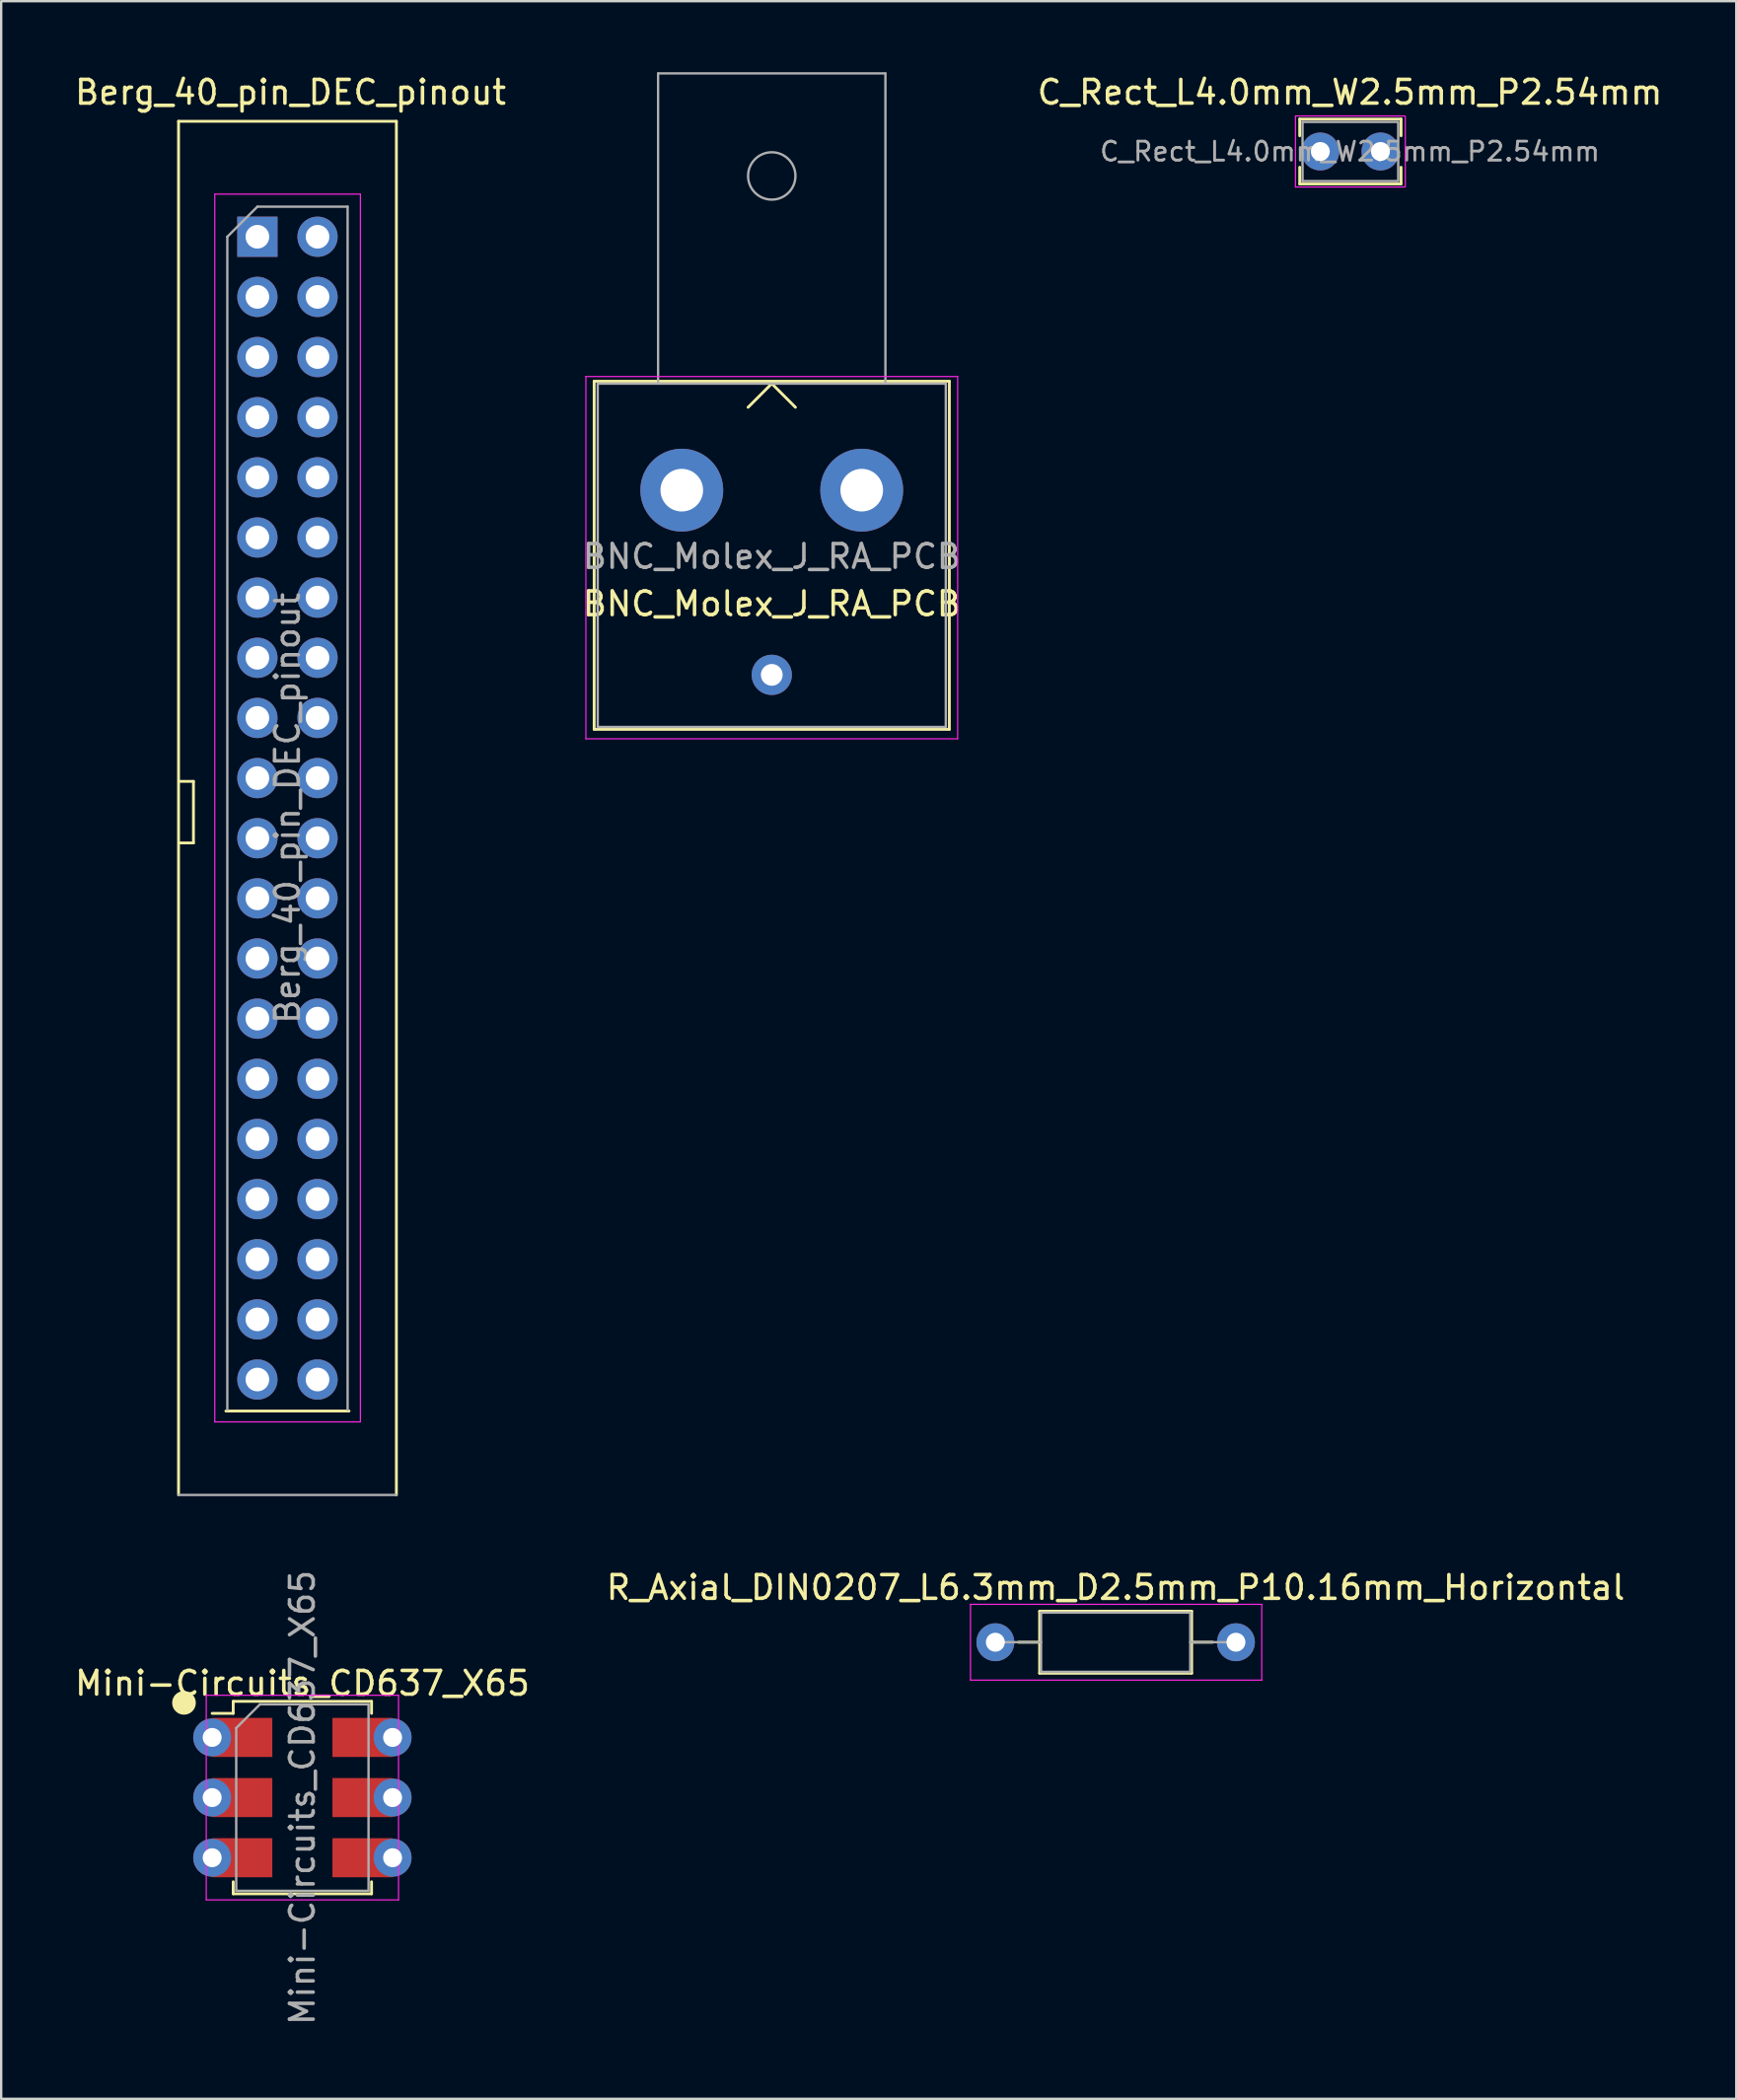
<source format=kicad_pcb>
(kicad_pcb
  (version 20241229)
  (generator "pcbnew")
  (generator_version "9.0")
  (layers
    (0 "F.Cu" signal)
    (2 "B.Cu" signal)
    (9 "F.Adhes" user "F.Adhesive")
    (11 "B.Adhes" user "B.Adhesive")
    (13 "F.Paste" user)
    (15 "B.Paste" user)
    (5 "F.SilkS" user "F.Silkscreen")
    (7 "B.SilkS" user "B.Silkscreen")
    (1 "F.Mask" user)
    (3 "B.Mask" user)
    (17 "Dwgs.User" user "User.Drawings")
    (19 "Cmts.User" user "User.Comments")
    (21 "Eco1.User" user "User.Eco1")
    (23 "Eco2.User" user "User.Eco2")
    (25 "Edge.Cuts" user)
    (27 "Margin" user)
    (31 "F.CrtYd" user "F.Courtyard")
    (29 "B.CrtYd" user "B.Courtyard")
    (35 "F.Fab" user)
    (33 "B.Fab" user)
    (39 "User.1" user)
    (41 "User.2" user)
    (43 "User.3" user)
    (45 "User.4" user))
  (footprint "Mini-Circuits_CD637_X65"
    (layer "F.Cu")
    (at 9.72 72.863)
    (property "Reference" "Mini-Circuits_CD637_X65" (at 0 -4.826 0) (layer "F.SilkS") (effects (font (size 1 1) (thickness 0.15))))
    (attr smd)
    (fp_line (start -2.921 -4.064) (end -2.921 -3.556) (stroke (width 0.12) (type solid)) (layer "F.SilkS"))
    (fp_line (start -2.921 -3.556) (end -3.81 -3.556) (stroke (width 0.12) (type solid)) (layer "F.SilkS"))
    (fp_line (start -2.921 3.556) (end -2.921 4.064) (stroke (width 0.12) (type solid)) (layer "F.SilkS"))
    (fp_line (start -2.921 4.064) (end 2.921 4.064) (stroke (width 0.12) (type solid)) (layer "F.SilkS"))
    (fp_line (start 2.921 -4.064) (end -2.921 -4.064) (stroke (width 0.12) (type solid)) (layer "F.SilkS"))
    (fp_line (start 2.921 -3.556) (end 2.921 -4.064) (stroke (width 0.12) (type solid)) (layer "F.SilkS"))
    (fp_line (start 2.921 4.064) (end 2.921 3.556) (stroke (width 0.12) (type solid)) (layer "F.SilkS"))
    (fp_circle (center -5 -4) (end -4.75 -4) (stroke (width 0.5) (type solid)) (fill no) (layer "F.SilkS"))
    (fp_line (start -4.06 4.32) (end -4.06 -4.32) (stroke (width 0.05) (type solid)) (layer "F.CrtYd"))
    (fp_line (start 4.06 -4.32) (end -4.06 -4.32) (stroke (width 0.05) (type solid)) (layer "F.CrtYd"))
    (fp_line (start 4.06 4.32) (end -4.06 4.32) (stroke (width 0.05) (type solid)) (layer "F.CrtYd"))
    (fp_line (start 4.06 4.32) (end 4.06 -4.32) (stroke (width 0.05) (type solid)) (layer "F.CrtYd"))
    (fp_line (start -2.794 3.937) (end -2.794 -2.937) (stroke (width 0.1) (type solid)) (layer "F.Fab"))
    (fp_line (start -1.794 -3.937) (end -2.794 -2.937) (stroke (width 0.1) (type solid)) (layer "F.Fab"))
    (fp_line (start -1.794 -3.937) (end 2.794 -3.937) (stroke (width 0.1) (type solid)) (layer "F.Fab"))
    (fp_line (start 2.794 -3.937) (end 2.794 3.937) (stroke (width 0.1) (type solid)) (layer "F.Fab"))
    (fp_line (start 2.794 3.937) (end -2.794 3.937) (stroke (width 0.1) (type solid)) (layer "F.Fab"))
    (fp_text user "${REFERENCE}" (at 0 0 90) (layer "F.Fab") (effects (font (size 1 1) (thickness 0.15))))
    (pad "1" thru_hole circle (at -3.81 -2.54) (size 1.6 1.6) (drill 0.8) (layers "*.Cu" "*.Mask"))
    (pad "1" smd rect (at -2.54 -2.54) (size 2.54 1.65) (layers "F.Cu" "F.Mask" "F.Paste"))
    (pad "2" thru_hole circle (at -3.81 0) (size 1.6 1.6) (drill 0.8) (layers "*.Cu" "*.Mask"))
    (pad "2" smd rect (at -2.54 0) (size 2.54 1.65) (layers "F.Cu" "F.Mask" "F.Paste"))
    (pad "3" thru_hole circle (at -3.81 2.54) (size 1.6 1.6) (drill 0.8) (layers "*.Cu" "*.Mask"))
    (pad "3" smd rect (at -2.54 2.54) (size 2.54 1.65) (layers "F.Cu" "F.Mask" "F.Paste"))
    (pad "4" smd rect (at 2.54 2.54) (size 2.54 1.65) (layers "F.Cu" "F.Mask" "F.Paste"))
    (pad "4" thru_hole circle (at 3.81 2.54) (size 1.6 1.6) (drill 0.8) (layers "*.Cu" "*.Mask"))
    (pad "5" smd rect (at 2.54 0) (size 2.54 1.65) (layers "F.Cu" "F.Mask" "F.Paste"))
    (pad "5" thru_hole circle (at 3.81 0) (size 1.6 1.6) (drill 0.8) (layers "*.Cu" "*.Mask"))
    (pad "6" smd rect (at 2.54 -2.54) (size 2.54 1.65) (layers "F.Cu" "F.Mask" "F.Paste"))
    (pad "6" thru_hole circle (at 3.81 -2.54) (size 1.6 1.6) (drill 0.8) (layers "*.Cu" "*.Mask")))
  (footprint "R_Axial_DIN0207_L6.3mm_D2.5mm_P10.16mm_Horizontal"
    (layer "F.Cu")
    (at 38.985 66.302)
    (property "Reference" "R_Axial_DIN0207_L6.3mm_D2.5mm_P10.16mm_Horizontal" (at 5.08 -2.31 0) (layer "F.SilkS") (effects (font (size 1 1) (thickness 0.15))))
    (attr through_hole)
    (fp_line (start 0.98 0) (end 1.87 0) (stroke (width 0.12) (type solid)) (layer "F.SilkS"))
    (fp_line (start 1.87 -1.31) (end 1.87 1.31) (stroke (width 0.12) (type solid)) (layer "F.SilkS"))
    (fp_line (start 1.87 1.31) (end 8.29 1.31) (stroke (width 0.12) (type solid)) (layer "F.SilkS"))
    (fp_line (start 8.29 -1.31) (end 1.87 -1.31) (stroke (width 0.12) (type solid)) (layer "F.SilkS"))
    (fp_line (start 8.29 1.31) (end 8.29 -1.31) (stroke (width 0.12) (type solid)) (layer "F.SilkS"))
    (fp_line (start 9.18 0) (end 8.29 0) (stroke (width 0.12) (type solid)) (layer "F.SilkS"))
    (fp_line (start -1.05 -1.6) (end -1.05 1.6) (stroke (width 0.05) (type solid)) (layer "F.CrtYd"))
    (fp_line (start -1.05 1.6) (end 11.25 1.6) (stroke (width 0.05) (type solid)) (layer "F.CrtYd"))
    (fp_line (start 11.25 -1.6) (end -1.05 -1.6) (stroke (width 0.05) (type solid)) (layer "F.CrtYd"))
    (fp_line (start 11.25 1.6) (end 11.25 -1.6) (stroke (width 0.05) (type solid)) (layer "F.CrtYd"))
    (fp_line (start 0 0) (end 1.93 0) (stroke (width 0.1) (type solid)) (layer "F.Fab"))
    (fp_line (start 1.93 -1.25) (end 1.93 1.25) (stroke (width 0.1) (type solid)) (layer "F.Fab"))
    (fp_line (start 1.93 1.25) (end 8.23 1.25) (stroke (width 0.1) (type solid)) (layer "F.Fab"))
    (fp_line (start 8.23 -1.25) (end 1.93 -1.25) (stroke (width 0.1) (type solid)) (layer "F.Fab"))
    (fp_line (start 8.23 1.25) (end 8.23 -1.25) (stroke (width 0.1) (type solid)) (layer "F.Fab"))
    (fp_line (start 10.16 0) (end 8.23 0) (stroke (width 0.1) (type solid)) (layer "F.Fab"))
    (pad "1" thru_hole circle (at 0 0) (size 1.6 1.6) (drill 0.8) (layers "*.Cu" "*.Mask"))
    (pad "2" thru_hole oval (at 10.16 0) (size 1.6 1.6) (drill 0.8) (layers "*.Cu" "*.Mask")))
  (footprint "BNC_Molex_J_RA_PCB"
    (layer "F.Cu")
    (at 29.542 25.45)
    (property "Reference" "BNC_Molex_J_RA_PCB" (at 0 -3 0) (layer "F.SilkS") (effects (font (size 1 1) (thickness 0.15))))
    (attr through_hole)
    (fp_line (start -7.5 -12.4) (end 7.5 -12.4) (stroke (width 0.12) (type solid)) (layer "F.SilkS"))
    (fp_line (start -7.5 2.3) (end -7.5 -12.4) (stroke (width 0.12) (type solid)) (layer "F.SilkS"))
    (fp_line (start 0 -12.3) (end -1 -11.3) (stroke (width 0.12) (type solid)) (layer "F.SilkS"))
    (fp_line (start 0 -12.3) (end 1 -11.3) (stroke (width 0.12) (type solid)) (layer "F.SilkS"))
    (fp_line (start 7.5 -12.4) (end 7.5 2.3) (stroke (width 0.12) (type solid)) (layer "F.SilkS"))
    (fp_line (start 7.5 2.3) (end -7.5 2.3) (stroke (width 0.12) (type solid)) (layer "F.SilkS"))
    (fp_line (start -7.85 2.7) (end -7.85 -12.6) (stroke (width 0.05) (type solid)) (layer "F.CrtYd"))
    (fp_line (start -7.85 2.7) (end 7.85 2.7) (stroke (width 0.05) (type solid)) (layer "F.CrtYd"))
    (fp_line (start 7.85 -12.6) (end -7.85 -12.6) (stroke (width 0.05) (type solid)) (layer "F.CrtYd"))
    (fp_line (start 7.85 2.7) (end 7.85 -12.6) (stroke (width 0.05) (type solid)) (layer "F.CrtYd"))
    (fp_line (start -7.35 -12.3) (end -7.35 2.2) (stroke (width 0.1) (type solid)) (layer "F.Fab"))
    (fp_line (start -7.35 2.2) (end 7.35 2.2) (stroke (width 0.1) (type solid)) (layer "F.Fab"))
    (fp_line (start -4.8 -25.4) (end -4.8 -12.3) (stroke (width 0.1) (type solid)) (layer "F.Fab"))
    (fp_line (start 4.8 -25.4) (end -4.8 -25.4) (stroke (width 0.1) (type solid)) (layer "F.Fab"))
    (fp_line (start 4.8 -12.3) (end 4.8 -25.4) (stroke (width 0.1) (type solid)) (layer "F.Fab"))
    (fp_line (start 7.35 -12.3) (end -7.35 -12.3) (stroke (width 0.1) (type solid)) (layer "F.Fab"))
    (fp_line (start 7.35 2.2) (end 7.35 -12.3) (stroke (width 0.1) (type solid)) (layer "F.Fab"))
    (fp_circle (center 0 -21.07) (end 1 -21.07) (stroke (width 0.1) (type solid)) (fill no) (layer "F.Fab"))
    (fp_text user "${REFERENCE}" (at 0 -5 0) (layer "F.Fab") (effects (font (size 1 1) (thickness 0.15))))
    (pad "1" thru_hole circle (at 0 0) (size 1.7 1.7) (drill 0.92) (layers "*.Cu" "*.Mask"))
    (pad "2" thru_hole circle (at -3.8 -7.8) (size 3.5 3.5) (drill 1.8) (layers "*.Cu" "*.Mask"))
    (pad "2" thru_hole circle (at 3.8 -7.8) (size 3.5 3.5) (drill 1.8) (layers "*.Cu" "*.Mask")))
  (footprint "C_Rect_L4.0mm_W2.5mm_P2.54mm"
    (layer "F.Cu")
    (at 52.708 3.348)
    (property "Reference" "C_Rect_L4.0mm_W2.5mm_P2.54mm" (at 1.25 -2.5 0) (layer "F.SilkS") (effects (font (size 1 1) (thickness 0.15))))
    (attr through_hole)
    (fp_line (start -0.87 -1.37) (end -0.87 -0.665) (stroke (width 0.12) (type solid)) (layer "F.SilkS"))
    (fp_line (start -0.87 -1.37) (end 3.41 -1.37) (stroke (width 0.12) (type solid)) (layer "F.SilkS"))
    (fp_line (start -0.87 0.665) (end -0.87 1.37) (stroke (width 0.12) (type solid)) (layer "F.SilkS"))
    (fp_line (start -0.87 1.37) (end 3.41 1.37) (stroke (width 0.12) (type solid)) (layer "F.SilkS"))
    (fp_line (start 3.41 -1.37) (end 3.41 -0.665) (stroke (width 0.12) (type solid)) (layer "F.SilkS"))
    (fp_line (start 3.41 0.665) (end 3.41 1.37) (stroke (width 0.12) (type solid)) (layer "F.SilkS"))
    (fp_line (start -1.05 -1.5) (end -1.05 1.5) (stroke (width 0.05) (type solid)) (layer "F.CrtYd"))
    (fp_line (start -1.05 1.5) (end 3.55 1.5) (stroke (width 0.05) (type solid)) (layer "F.CrtYd"))
    (fp_line (start 3.55 -1.5) (end -1.05 -1.5) (stroke (width 0.05) (type solid)) (layer "F.CrtYd"))
    (fp_line (start 3.59 1.5) (end 3.59 -1.5) (stroke (width 0.05) (type solid)) (layer "F.CrtYd"))
    (fp_line (start -0.75 -1.25) (end -0.75 1.25) (stroke (width 0.1) (type solid)) (layer "F.Fab"))
    (fp_line (start -0.75 1.25) (end 3.25 1.25) (stroke (width 0.1) (type solid)) (layer "F.Fab"))
    (fp_line (start 3.25 -1.25) (end -0.75 -1.25) (stroke (width 0.1) (type solid)) (layer "F.Fab"))
    (fp_line (start 3.29 1.25) (end 3.29 -1.25) (stroke (width 0.1) (type solid)) (layer "F.Fab"))
    (fp_text user "${REFERENCE}" (at 1.25 0 0) (layer "F.Fab") (effects (font (size 0.8 0.8) (thickness 0.12))))
    (pad "1" thru_hole circle (at 0 0) (size 1.6 1.6) (drill 0.8) (layers "*.Cu" "*.Mask"))
    (pad "2" thru_hole circle (at 2.54 0) (size 1.6 1.6) (drill 0.8) (layers "*.Cu" "*.Mask")))
  (footprint "Berg_40_pin_DEC_pinout"
    (layer "F.Cu")
    (at 7.82 6.948)
    (property "Reference" "Berg_40_pin_DEC_pinout" (at 1.4 -6.1 0) (layer "F.SilkS") (effects (font (size 1 1) (thickness 0.15))))
    (attr through_hole)
    (fp_line (start -3.33 -4.875) (end -3.33 53.135) (stroke (width 0.12) (type solid)) (layer "F.SilkS"))
    (fp_line (start -3.33 -4.875) (end 5.87 -4.875) (stroke (width 0.12) (type solid)) (layer "F.SilkS"))
    (fp_line (start -3.3 23) (end -2.7 23) (stroke (width 0.12) (type solid)) (layer "F.SilkS"))
    (fp_line (start -2.7 23) (end -2.7 25.6) (stroke (width 0.12) (type solid)) (layer "F.SilkS"))
    (fp_line (start -2.7 25.6) (end -3.3 25.6) (stroke (width 0.12) (type solid)) (layer "F.SilkS"))
    (fp_line (start -1.33 49.59) (end 3.87 49.59) (stroke (width 0.12) (type solid)) (layer "F.SilkS"))
    (fp_line (start 5.87 -4.875) (end 5.87 53.135) (stroke (width 0.12) (type solid)) (layer "F.SilkS"))
    (fp_line (start -1.8 -1.8) (end -1.8 50.05) (stroke (width 0.05) (type solid)) (layer "F.CrtYd"))
    (fp_line (start -1.8 50.05) (end 4.35 50.05) (stroke (width 0.05) (type solid)) (layer "F.CrtYd"))
    (fp_line (start 4.35 -1.8) (end -1.8 -1.8) (stroke (width 0.05) (type solid)) (layer "F.CrtYd"))
    (fp_line (start 4.35 50.05) (end 4.35 -1.8) (stroke (width 0.05) (type solid)) (layer "F.CrtYd"))
    (fp_line (start -1.27 0) (end 0 -1.27) (stroke (width 0.1) (type solid)) (layer "F.Fab"))
    (fp_line (start -1.27 49.53) (end -1.27 0) (stroke (width 0.1) (type solid)) (layer "F.Fab"))
    (fp_line (start 0 -1.27) (end 3.81 -1.27) (stroke (width 0.1) (type solid)) (layer "F.Fab"))
    (fp_line (start 3.81 -1.27) (end 3.81 49.53) (stroke (width 0.1) (type solid)) (layer "F.Fab"))
    (fp_line (start 5.87 53.135) (end -3.33 53.135) (stroke (width 0.1) (type solid)) (layer "F.Fab"))
    (fp_text user "${REFERENCE}" (at 1.27 24.13 90) (layer "F.Fab") (effects (font (size 1 1) (thickness 0.15))))
    (pad "A" thru_hole oval (at 2.54 48.26) (size 1.7 1.7) (drill 1) (layers "*.Cu" "*.Mask"))
    (pad "AA" thru_hole oval (at 2.54 20.32) (size 1.7 1.7) (drill 1) (layers "*.Cu" "*.Mask"))
    (pad "B" thru_hole oval (at 0 48.26) (size 1.7 1.7) (drill 1) (layers "*.Cu" "*.Mask"))
    (pad "BB" thru_hole oval (at 0 20.32) (size 1.7 1.7) (drill 1) (layers "*.Cu" "*.Mask"))
    (pad "C" thru_hole oval (at 2.54 45.72) (size 1.7 1.7) (drill 1) (layers "*.Cu" "*.Mask"))
    (pad "CC" thru_hole oval (at 2.54 17.78) (size 1.7 1.7) (drill 1) (layers "*.Cu" "*.Mask"))
    (pad "D" thru_hole oval (at 0 45.72) (size 1.7 1.7) (drill 1) (layers "*.Cu" "*.Mask"))
    (pad "DD" thru_hole oval (at 0 17.78) (size 1.7 1.7) (drill 1) (layers "*.Cu" "*.Mask"))
    (pad "E" thru_hole oval (at 2.54 43.18) (size 1.7 1.7) (drill 1) (layers "*.Cu" "*.Mask"))
    (pad "EE" thru_hole oval (at 2.54 15.24) (size 1.7 1.7) (drill 1) (layers "*.Cu" "*.Mask"))
    (pad "F" thru_hole oval (at 0 43.18) (size 1.7 1.7) (drill 1) (layers "*.Cu" "*.Mask"))
    (pad "FF" thru_hole oval (at 0 15.24) (size 1.7 1.7) (drill 1) (layers "*.Cu" "*.Mask"))
    (pad "H" thru_hole oval (at 2.54 40.64) (size 1.7 1.7) (drill 1) (layers "*.Cu" "*.Mask"))
    (pad "HH" thru_hole oval (at 2.54 12.7) (size 1.7 1.7) (drill 1) (layers "*.Cu" "*.Mask"))
    (pad "J" thru_hole oval (at 0 40.64) (size 1.7 1.7) (drill 1) (layers "*.Cu" "*.Mask"))
    (pad "JJ" thru_hole oval (at 0 12.7) (size 1.7 1.7) (drill 1) (layers "*.Cu" "*.Mask"))
    (pad "K" thru_hole oval (at 2.54 38.1) (size 1.7 1.7) (drill 1) (layers "*.Cu" "*.Mask"))
    (pad "KK" thru_hole oval (at 2.54 10.16) (size 1.7 1.7) (drill 1) (layers "*.Cu" "*.Mask"))
    (pad "L" thru_hole oval (at 0 38.1) (size 1.7 1.7) (drill 1) (layers "*.Cu" "*.Mask"))
    (pad "LL" thru_hole oval (at 0 10.16) (size 1.7 1.7) (drill 1) (layers "*.Cu" "*.Mask"))
    (pad "M" thru_hole oval (at 2.54 35.56) (size 1.7 1.7) (drill 1) (layers "*.Cu" "*.Mask"))
    (pad "MM" thru_hole oval (at 2.54 7.62) (size 1.7 1.7) (drill 1) (layers "*.Cu" "*.Mask"))
    (pad "N" thru_hole oval (at 0 35.56) (size 1.7 1.7) (drill 1) (layers "*.Cu" "*.Mask"))
    (pad "NN" thru_hole oval (at 0 7.62) (size 1.7 1.7) (drill 1) (layers "*.Cu" "*.Mask"))
    (pad "P" thru_hole oval (at 2.54 33.02) (size 1.7 1.7) (drill 1) (layers "*.Cu" "*.Mask"))
    (pad "PP" thru_hole oval (at 2.54 5.08) (size 1.7 1.7) (drill 1) (layers "*.Cu" "*.Mask"))
    (pad "R" thru_hole oval (at 0 33.02) (size 1.7 1.7) (drill 1) (layers "*.Cu" "*.Mask"))
    (pad "RR" thru_hole oval (at 0 5.08) (size 1.7 1.7) (drill 1) (layers "*.Cu" "*.Mask"))
    (pad "S" thru_hole oval (at 2.54 30.48) (size 1.7 1.7) (drill 1) (layers "*.Cu" "*.Mask"))
    (pad "SS" thru_hole oval (at 2.54 2.54) (size 1.7 1.7) (drill 1) (layers "*.Cu" "*.Mask"))
    (pad "T" thru_hole oval (at 0 30.48) (size 1.7 1.7) (drill 1) (layers "*.Cu" "*.Mask"))
    (pad "TT" thru_hole oval (at 0 2.54) (size 1.7 1.7) (drill 1) (layers "*.Cu" "*.Mask"))
    (pad "U" thru_hole oval (at 2.54 27.94) (size 1.7 1.7) (drill 1) (layers "*.Cu" "*.Mask"))
    (pad "UU" thru_hole oval (at 2.54 0) (size 1.7 1.7) (drill 1) (layers "*.Cu" "*.Mask"))
    (pad "V" thru_hole oval (at 0 27.94) (size 1.7 1.7) (drill 1) (layers "*.Cu" "*.Mask"))
    (pad "VV" thru_hole rect (at 0 0) (size 1.7 1.7) (drill 1) (layers "*.Cu" "*.Mask"))
    (pad "W" thru_hole oval (at 2.54 25.4) (size 1.7 1.7) (drill 1) (layers "*.Cu" "*.Mask"))
    (pad "X" thru_hole oval (at 0 25.4) (size 1.7 1.7) (drill 1) (layers "*.Cu" "*.Mask"))
    (pad "Y" thru_hole oval (at 2.54 22.86) (size 1.7 1.7) (drill 1) (layers "*.Cu" "*.Mask"))
    (pad "Z" thru_hole oval (at 0 22.86) (size 1.7 1.7) (drill 1) (layers "*.Cu" "*.Mask")))
  (gr_rect
    (start -3 -3)
    (end 70.274 85.584)
    (stroke (width 0.1) (type default))
    (fill no)
    (layer "Edge.Cuts")))
</source>
